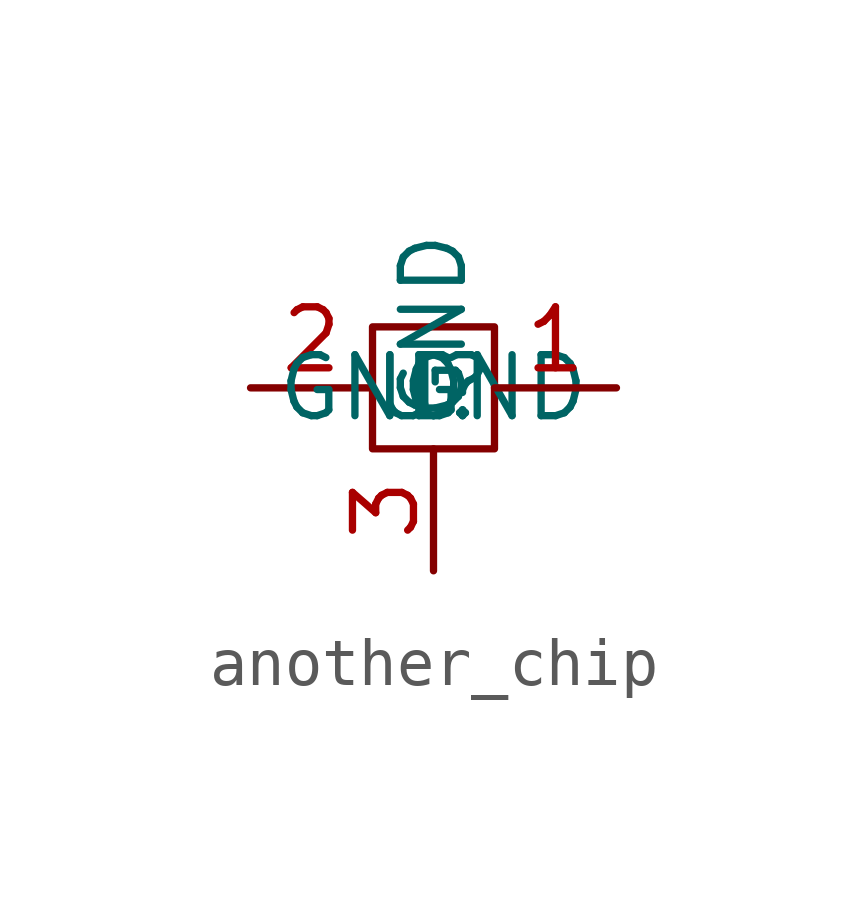
<source format=kicad_sym>
(kicad_symbol_lib
  (version 20220914)
  (generator kicad_symbol_editor)
  (symbol "another_chip"
    (property "Reference" "U"
      (at 0 0 0)
      (effects (font (size 1.27 1.27))))
    (property "Value" ""
      (at 0 0 0)
      (effects (font (size 1.27 1.27))))
    (symbol "another_chip_0_1"
      (rectangle (start 1.27 -1.27) (end -1.27 1.27) (stroke (width 0) (type default)) (fill (type none))))
    (symbol "another_chip_1_1"
      (pin input line (at 3.81 0 180) (length 2.54) (name "GND" (effects (font (size 1.27 1.27)))) (number "1" (effects (font (size 1.27 1.27)))))
      (pin input line (at -3.81 0 0) (length 2.54) (name "GND" (effects (font (size 1.27 1.27)))) (number "2" (effects (font (size 1.27 1.27)))))
      (pin input line (at 0 -3.81 90) (length 2.54) (name "GND" (effects (font (size 1.27 1.27)))) (number "3" (effects (font (size 1.27 1.27))))))))
</source>
